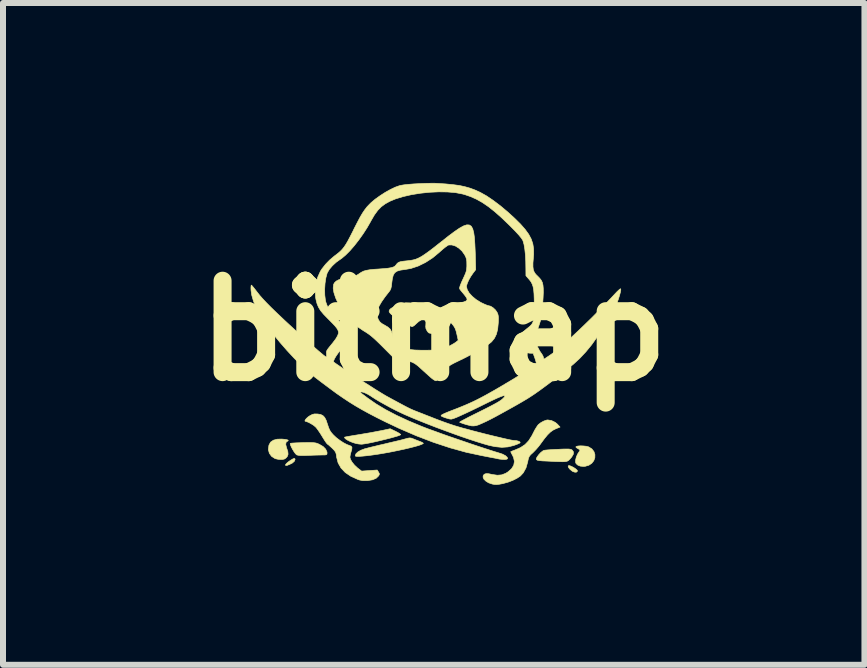
<source format=kicad_pcb>
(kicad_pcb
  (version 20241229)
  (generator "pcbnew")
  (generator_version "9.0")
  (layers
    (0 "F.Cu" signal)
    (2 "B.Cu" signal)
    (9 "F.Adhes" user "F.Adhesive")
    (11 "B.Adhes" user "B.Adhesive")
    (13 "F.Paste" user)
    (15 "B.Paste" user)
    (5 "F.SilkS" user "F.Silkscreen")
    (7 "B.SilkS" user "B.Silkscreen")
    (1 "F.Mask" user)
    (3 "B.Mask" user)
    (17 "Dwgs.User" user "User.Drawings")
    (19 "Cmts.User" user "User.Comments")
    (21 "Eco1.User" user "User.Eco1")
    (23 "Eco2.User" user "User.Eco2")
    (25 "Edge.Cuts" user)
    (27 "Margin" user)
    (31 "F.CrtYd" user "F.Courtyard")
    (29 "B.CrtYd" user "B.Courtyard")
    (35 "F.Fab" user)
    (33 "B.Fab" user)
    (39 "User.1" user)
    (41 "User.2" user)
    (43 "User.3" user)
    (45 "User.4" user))
  (footprint "bitmap"
    (layer "F.Cu")
    (at 4.18 2.464)
    (property "Reference" "bitmap" (at 0 0 0) (layer "F.SilkS") (effects (font (size 1.524 1.524) (thickness 0.3))))
    (attr through_hole)
    (fp_poly (pts (xy -0.346 -0.32) (xy -0.343 -0.305) (xy -0.352 -0.284) (xy -0.371 -0.28) (xy -0.387 -0.292) (xy -0.389 -0.313) (xy -0.372 -0.328) (xy -0.361 -0.33) (xy -0.346 -0.32)) (stroke (width 0.01) (type solid)) (fill yes) (layer "F.SilkS"))
    (fp_poly (pts (xy -2.311 2.145) (xy -2.324 2.176) (xy -2.36 2.207) (xy -2.404 2.228) (xy -2.444 2.244) (xy -2.466 2.246) (xy -2.471 2.237) (xy -2.468 2.228) (xy -2.453 2.21) (xy -2.424 2.185) (xy -2.388 2.16) (xy -2.352 2.138) (xy -2.334 2.13) (xy -2.316 2.13) (xy -2.311 2.145)) (stroke (width 0.01) (type solid)) (fill yes) (layer "F.SilkS"))
    (fp_poly (pts (xy 2.267 2.249) (xy 2.298 2.261) (xy 2.334 2.28) (xy 2.367 2.302) (xy 2.39 2.323) (xy 2.397 2.337) (xy 2.383 2.355) (xy 2.356 2.358) (xy 2.321 2.347) (xy 2.308 2.339) (xy 2.272 2.31) (xy 2.249 2.282) (xy 2.241 2.259) (xy 2.247 2.248) (xy 2.267 2.249)) (stroke (width 0.01) (type solid)) (fill yes) (layer "F.SilkS"))
    (fp_poly (pts (xy -2.48 1.81) (xy -2.443 1.817) (xy -2.425 1.825) (xy -2.428 1.834) (xy -2.435 1.838) (xy -2.461 1.858) (xy -2.467 1.895) (xy -2.454 1.947) (xy -2.451 1.956) (xy -2.432 2.014) (xy -2.428 2.058) (xy -2.439 2.092) (xy -2.457 2.115) (xy -2.484 2.136) (xy -2.518 2.145) (xy -2.549 2.146) (xy -2.595 2.142) (xy -2.637 2.133) (xy -2.649 2.128) (xy -2.703 2.093) (xy -2.74 2.042) (xy -2.756 1.983) (xy -2.756 1.973) (xy -2.747 1.907) (xy -2.72 1.857) (xy -2.673 1.824) (xy -2.608 1.807) (xy -2.533 1.805) (xy -2.48 1.81)) (stroke (width 0.01) (type solid)) (fill yes) (layer "F.SilkS"))
    (fp_poly (pts (xy 2.497 1.92) (xy 2.544 1.925) (xy 2.581 1.935) (xy 2.582 1.935) (xy 2.636 1.969) (xy 2.671 2.014) (xy 2.687 2.064) (xy 2.686 2.116) (xy 2.668 2.166) (xy 2.634 2.209) (xy 2.586 2.241) (xy 2.525 2.259) (xy 2.495 2.261) (xy 2.443 2.256) (xy 2.405 2.241) (xy 2.394 2.233) (xy 2.372 2.212) (xy 2.364 2.19) (xy 2.365 2.154) (xy 2.366 2.15) (xy 2.377 2.104) (xy 2.398 2.056) (xy 2.405 2.045) (xy 2.425 2.014) (xy 2.437 1.993) (xy 2.438 1.988) (xy 2.428 1.979) (xy 2.404 1.964) (xy 2.398 1.961) (xy 2.374 1.946) (xy 2.37 1.935) (xy 2.376 1.929) (xy 2.404 1.921) (xy 2.447 1.918) (xy 2.497 1.92)) (stroke (width 0.01) (type solid)) (fill yes) (layer "F.SilkS"))
    (fp_poly (pts (xy -2.004 1.865) (xy -1.973 1.869) (xy -1.948 1.875) (xy -1.923 1.885) (xy -1.904 1.894) (xy -1.843 1.93) (xy -1.801 1.973) (xy -1.78 2.019) (xy -1.778 2.037) (xy -1.78 2.056) (xy -1.789 2.066) (xy -1.813 2.07) (xy -1.846 2.07) (xy -1.885 2.071) (xy -1.942 2.072) (xy -2.009 2.074) (xy -2.08 2.077) (xy -2.084 2.077) (xy -2.161 2.08) (xy -2.217 2.08) (xy -2.255 2.076) (xy -2.28 2.07) (xy -2.285 2.068) (xy -2.304 2.05) (xy -2.327 2.019) (xy -2.351 1.98) (xy -2.372 1.94) (xy -2.387 1.905) (xy -2.392 1.882) (xy -2.39 1.877) (xy -2.375 1.874) (xy -2.339 1.871) (xy -2.287 1.868) (xy -2.222 1.866) (xy -2.178 1.864) (xy -2.101 1.863) (xy -2.045 1.863) (xy -2.004 1.865)) (stroke (width 0.01) (type solid)) (fill yes) (layer "F.SilkS"))
    (fp_poly (pts (xy -0.636 1.676) (xy -0.594 1.698) (xy -0.564 1.717) (xy -0.55 1.73) (xy -0.55 1.732) (xy -0.564 1.74) (xy -0.598 1.753) (xy -0.65 1.768) (xy -0.714 1.786) (xy -0.788 1.805) (xy -0.866 1.824) (xy -0.945 1.843) (xy -1.021 1.86) (xy -1.09 1.874) (xy -1.148 1.884) (xy -1.191 1.89) (xy -1.209 1.891) (xy -1.252 1.887) (xy -1.296 1.879) (xy -1.345 1.864) (xy -1.394 1.845) (xy -1.437 1.823) (xy -1.469 1.802) (xy -1.486 1.784) (xy -1.485 1.773) (xy -1.471 1.77) (xy -1.436 1.763) (xy -1.385 1.754) (xy -1.319 1.743) (xy -1.245 1.731) (xy -1.238 1.73) (xy -1.151 1.715) (xy -1.061 1.7) (xy -0.977 1.684) (xy -0.904 1.67) (xy -0.861 1.662) (xy -0.726 1.633) (xy -0.636 1.676)) (stroke (width 0.01) (type solid)) (fill yes) (layer "F.SilkS"))
    (fp_poly (pts (xy 2.246 1.971) (xy 2.273 1.974) (xy 2.291 1.978) (xy 2.304 1.986) (xy 2.31 1.99) (xy 2.33 2.02) (xy 2.327 2.058) (xy 2.3 2.104) (xy 2.274 2.135) (xy 2.258 2.151) (xy 2.245 2.163) (xy 2.23 2.172) (xy 2.21 2.178) (xy 2.183 2.182) (xy 2.144 2.183) (xy 2.09 2.181) (xy 2.019 2.179) (xy 1.927 2.174) (xy 1.886 2.172) (xy 1.812 2.169) (xy 1.761 2.164) (xy 1.729 2.158) (xy 1.713 2.148) (xy 1.71 2.135) (xy 1.717 2.116) (xy 1.72 2.11) (xy 1.746 2.072) (xy 1.781 2.033) (xy 1.817 2.004) (xy 1.835 1.994) (xy 1.856 1.99) (xy 1.897 1.986) (xy 1.954 1.982) (xy 2.022 1.978) (xy 2.071 1.976) (xy 2.149 1.972) (xy 2.206 1.971) (xy 2.246 1.971)) (stroke (width 0.01) (type solid)) (fill yes) (layer "F.SilkS"))
    (fp_poly (pts (xy -0.375 1.789) (xy -0.346 1.8) (xy -0.339 1.802) (xy -0.293 1.821) (xy -0.241 1.841) (xy -0.224 1.847) (xy -0.192 1.861) (xy -0.174 1.874) (xy -0.174 1.879) (xy -0.2 1.893) (xy -0.249 1.911) (xy -0.316 1.93) (xy -0.398 1.951) (xy -0.491 1.973) (xy -0.593 1.995) (xy -0.7 2.017) (xy -0.808 2.037) (xy -0.914 2.055) (xy -1.015 2.07) (xy -1.108 2.082) (xy -1.188 2.09) (xy -1.191 2.09) (xy -1.247 2.094) (xy -1.282 2.094) (xy -1.301 2.091) (xy -1.308 2.084) (xy -1.308 2.08) (xy -1.296 2.05) (xy -1.264 2.02) (xy -1.216 1.992) (xy -1.157 1.97) (xy -1.157 1.969) (xy -1.118 1.959) (xy -1.061 1.944) (xy -0.989 1.927) (xy -0.908 1.907) (xy -0.824 1.888) (xy -0.813 1.885) (xy -0.729 1.865) (xy -0.648 1.846) (xy -0.576 1.829) (xy -0.517 1.814) (xy -0.477 1.803) (xy -0.473 1.802) (xy -0.429 1.79) (xy -0.399 1.786) (xy -0.375 1.789)) (stroke (width 0.01) (type solid)) (fill yes) (layer "F.SilkS"))
    (fp_poly (pts (xy 1.965 1.497) (xy 2.026 1.527) (xy 2.064 1.559) (xy 2.106 1.605) (xy 2.034 1.634) (xy 1.988 1.657) (xy 1.944 1.689) (xy 1.898 1.734) (xy 1.848 1.794) (xy 1.789 1.874) (xy 1.787 1.878) (xy 1.747 1.93) (xy 1.702 1.982) (xy 1.661 2.024) (xy 1.651 2.034) (xy 1.616 2.065) (xy 1.595 2.091) (xy 1.581 2.12) (xy 1.571 2.162) (xy 1.567 2.184) (xy 1.538 2.286) (xy 1.493 2.368) (xy 1.445 2.42) (xy 1.39 2.457) (xy 1.319 2.493) (xy 1.238 2.524) (xy 1.157 2.546) (xy 1.155 2.547) (xy 1.095 2.558) (xy 1.052 2.563) (xy 1.015 2.562) (xy 0.976 2.555) (xy 0.97 2.553) (xy 0.914 2.534) (xy 0.868 2.505) (xy 0.836 2.473) (xy 0.822 2.439) (xy 0.826 2.411) (xy 0.844 2.391) (xy 0.873 2.381) (xy 0.917 2.383) (xy 0.978 2.396) (xy 1.061 2.408) (xy 1.132 2.402) (xy 1.2 2.376) (xy 1.238 2.352) (xy 1.298 2.299) (xy 1.334 2.241) (xy 1.345 2.178) (xy 1.331 2.113) (xy 1.313 2.075) (xy 1.295 2.042) (xy 1.285 2.02) (xy 1.284 2.015) (xy 1.298 2.009) (xy 1.328 1.997) (xy 1.353 1.988) (xy 1.447 1.947) (xy 1.522 1.897) (xy 1.583 1.833) (xy 1.635 1.751) (xy 1.657 1.708) (xy 1.684 1.655) (xy 1.713 1.607) (xy 1.738 1.571) (xy 1.748 1.56) (xy 1.788 1.53) (xy 1.835 1.505) (xy 1.88 1.489) (xy 1.901 1.486) (xy 1.965 1.497)) (stroke (width 0.01) (type solid)) (fill yes) (layer "F.SilkS"))
    (fp_poly (pts (xy -1.939 1.387) (xy -1.936 1.387) (xy -1.886 1.395) (xy -1.848 1.413) (xy -1.818 1.444) (xy -1.793 1.492) (xy -1.77 1.561) (xy -1.75 1.62) (xy -1.73 1.663) (xy -1.704 1.701) (xy -1.672 1.737) (xy -1.624 1.782) (xy -1.566 1.826) (xy -1.505 1.866) (xy -1.448 1.896) (xy -1.405 1.912) (xy -1.376 1.924) (xy -1.363 1.944) (xy -1.366 1.978) (xy -1.377 2.015) (xy -1.389 2.058) (xy -1.396 2.097) (xy -1.397 2.109) (xy -1.387 2.146) (xy -1.36 2.191) (xy -1.321 2.239) (xy -1.272 2.285) (xy -1.258 2.296) (xy -1.202 2.339) (xy -1.072 2.33) (xy -0.942 2.321) (xy -0.921 2.354) (xy -0.907 2.38) (xy -0.908 2.399) (xy -0.919 2.419) (xy -0.959 2.458) (xy -1.019 2.484) (xy -1.099 2.497) (xy -1.111 2.498) (xy -1.181 2.498) (xy -1.239 2.487) (xy -1.265 2.478) (xy -1.382 2.425) (xy -1.475 2.362) (xy -1.546 2.287) (xy -1.594 2.202) (xy -1.619 2.106) (xy -1.62 2.097) (xy -1.626 2.053) (xy -1.637 2.022) (xy -1.656 1.995) (xy -1.689 1.961) (xy -1.691 1.959) (xy -1.726 1.927) (xy -1.755 1.901) (xy -1.772 1.889) (xy -1.786 1.874) (xy -1.809 1.842) (xy -1.837 1.798) (xy -1.86 1.76) (xy -1.893 1.707) (xy -1.927 1.657) (xy -1.956 1.618) (xy -1.97 1.603) (xy -2.002 1.576) (xy -2.044 1.55) (xy -2.086 1.527) (xy -2.12 1.514) (xy -2.133 1.511) (xy -2.147 1.504) (xy -2.142 1.487) (xy -2.124 1.463) (xy -2.094 1.436) (xy -2.063 1.415) (xy -2.022 1.394) (xy -1.986 1.386) (xy -1.939 1.387)) (stroke (width 0.01) (type solid)) (fill yes) (layer "F.SilkS"))
    (fp_poly (pts (xy 0.593 -1.764) (xy 0.626 -1.743) (xy 0.65 -1.7) (xy 0.667 -1.636) (xy 0.679 -1.55) (xy 0.686 -1.442) (xy 0.692 -1.311) (xy 0.693 -1.281) (xy 0.7 -1.019) (xy 0.653 -0.957) (xy 0.616 -0.903) (xy 0.584 -0.846) (xy 0.56 -0.792) (xy 0.547 -0.75) (xy 0.546 -0.739) (xy 0.558 -0.687) (xy 0.59 -0.631) (xy 0.641 -0.575) (xy 0.706 -0.521) (xy 0.782 -0.474) (xy 0.806 -0.462) (xy 0.851 -0.441) (xy 0.888 -0.426) (xy 0.91 -0.419) (xy 0.912 -0.419) (xy 0.95 -0.409) (xy 0.992 -0.382) (xy 1.03 -0.346) (xy 1.056 -0.308) (xy 1.069 -0.278) (xy 1.076 -0.248) (xy 1.079 -0.212) (xy 1.078 -0.161) (xy 1.076 -0.129) (xy 1.066 -0.026) (xy 1.045 0.057) (xy 1.012 0.125) (xy 0.966 0.182) (xy 0.962 0.186) (xy 0.924 0.217) (xy 0.866 0.257) (xy 0.792 0.302) (xy 0.704 0.353) (xy 0.607 0.405) (xy 0.503 0.459) (xy 0.414 0.502) (xy 0.342 0.537) (xy 0.288 0.566) (xy 0.247 0.593) (xy 0.212 0.623) (xy 0.179 0.66) (xy 0.143 0.709) (xy 0.121 0.74) (xy 0.09 0.781) (xy 0.062 0.814) (xy 0.042 0.832) (xy 0.037 0.834) (xy 0.019 0.828) (xy -0.011 0.809) (xy -0.043 0.784) (xy -0.08 0.751) (xy -0.128 0.708) (xy -0.179 0.662) (xy -0.205 0.638) (xy -0.265 0.584) (xy -0.315 0.547) (xy -0.362 0.523) (xy -0.411 0.51) (xy -0.47 0.504) (xy -0.508 0.504) (xy -0.616 0.503) (xy -0.826 0.292) (xy -0.897 0.221) (xy -0.955 0.165) (xy -1.003 0.121) (xy -1.045 0.085) (xy -1.086 0.054) (xy -1.129 0.025) (xy -1.175 -0.003) (xy -1.299 -0.087) (xy -1.403 -0.178) (xy -1.49 -0.282) (xy -1.499 -0.297) (xy -0.946 -0.297) (xy -0.942 -0.246) (xy -0.927 -0.197) (xy -0.921 -0.184) (xy -0.898 -0.149) (xy -0.866 -0.121) (xy -0.82 -0.095) (xy -0.764 -0.062) (xy -0.726 -0.028) (xy -0.702 0.016) (xy -0.687 0.077) (xy -0.683 0.096) (xy -0.671 0.156) (xy -0.654 0.197) (xy -0.627 0.227) (xy -0.587 0.252) (xy -0.582 0.255) (xy -0.525 0.281) (xy -0.464 0.3) (xy -0.394 0.313) (xy -0.313 0.321) (xy -0.214 0.324) (xy -0.112 0.324) (xy 0.126 0.32) (xy 0.231 0.269) (xy 0.283 0.242) (xy 0.33 0.216) (xy 0.364 0.194) (xy 0.372 0.188) (xy 0.408 0.159) (xy 0.387 0.063) (xy 0.372 0.002) (xy 0.355 -0.043) (xy 0.332 -0.082) (xy 0.297 -0.125) (xy 0.283 -0.141) (xy 0.241 -0.178) (xy 0.206 -0.191) (xy 0.178 -0.18) (xy 0.158 -0.146) (xy 0.147 -0.089) (xy 0.145 -0.057) (xy 0.144 -0.014) (xy 0.143 0.02) (xy 0.142 0.034) (xy 0.13 0.042) (xy 0.097 0.046) (xy 0.04 0.047) (xy 0.029 0.047) (xy -0.024 0.045) (xy -0.058 0.042) (xy -0.08 0.036) (xy -0.094 0.024) (xy -0.109 0.004) (xy -0.111 0.001) (xy -0.13 -0.037) (xy -0.134 -0.076) (xy -0.132 -0.089) (xy -0.13 -0.142) (xy -0.143 -0.175) (xy -0.17 -0.189) (xy -0.206 -0.183) (xy -0.25 -0.155) (xy -0.283 -0.126) (xy -0.324 -0.088) (xy -0.353 -0.07) (xy -0.367 -0.07) (xy -0.398 -0.084) (xy -0.445 -0.109) (xy -0.501 -0.14) (xy -0.559 -0.174) (xy -0.614 -0.208) (xy -0.659 -0.237) (xy -0.68 -0.252) (xy -0.697 -0.267) (xy -0.495 -0.267) (xy -0.485 -0.226) (xy -0.457 -0.195) (xy -0.42 -0.179) (xy -0.379 -0.179) (xy -0.342 -0.197) (xy -0.336 -0.203) (xy -0.315 -0.243) (xy -0.314 -0.284) (xy -0.332 -0.321) (xy -0.364 -0.347) (xy -0.402 -0.356) (xy -0.448 -0.345) (xy -0.481 -0.316) (xy -0.495 -0.274) (xy -0.495 -0.267) (xy -0.697 -0.267) (xy -0.722 -0.287) (xy -0.743 -0.317) (xy -0.741 -0.343) (xy -0.717 -0.369) (xy -0.669 -0.399) (xy -0.647 -0.41) (xy -0.555 -0.448) (xy -0.47 -0.467) (xy -0.394 -0.465) (xy -0.364 -0.458) (xy -0.336 -0.443) (xy -0.296 -0.415) (xy -0.249 -0.378) (xy -0.213 -0.347) (xy -0.14 -0.284) (xy -0.076 -0.236) (xy -0.021 -0.203) (xy 0.02 -0.187) (xy 0.04 -0.187) (xy 0.059 -0.198) (xy 0.091 -0.223) (xy 0.132 -0.258) (xy 0.169 -0.293) (xy 0.228 -0.348) (xy 0.273 -0.388) (xy 0.308 -0.416) (xy 0.339 -0.436) (xy 0.369 -0.448) (xy 0.403 -0.458) (xy 0.434 -0.465) (xy 0.498 -0.48) (xy 0.538 -0.496) (xy 0.556 -0.515) (xy 0.552 -0.541) (xy 0.529 -0.577) (xy 0.501 -0.612) (xy 0.47 -0.649) (xy 0.445 -0.68) (xy 0.432 -0.699) (xy 0.431 -0.719) (xy 0.442 -0.756) (xy 0.465 -0.813) (xy 0.486 -0.858) (xy 0.514 -0.919) (xy 0.533 -0.964) (xy 0.544 -1) (xy 0.549 -1.034) (xy 0.552 -1.074) (xy 0.552 -1.099) (xy 0.551 -1.154) (xy 0.546 -1.193) (xy 0.535 -1.228) (xy 0.516 -1.266) (xy 0.514 -1.269) (xy 0.472 -1.328) (xy 0.419 -1.377) (xy 0.361 -1.413) (xy 0.302 -1.431) (xy 0.248 -1.43) (xy 0.227 -1.418) (xy 0.192 -1.393) (xy 0.148 -1.357) (xy 0.099 -1.314) (xy 0.093 -1.308) (xy -0.018 -1.216) (xy -0.137 -1.139) (xy -0.259 -1.079) (xy -0.38 -1.039) (xy -0.476 -1.022) (xy -0.554 -1.011) (xy -0.611 -0.994) (xy -0.65 -0.967) (xy -0.675 -0.925) (xy -0.69 -0.866) (xy -0.698 -0.806) (xy -0.705 -0.744) (xy -0.715 -0.701) (xy -0.729 -0.672) (xy -0.735 -0.663) (xy -0.811 -0.566) (xy -0.869 -0.483) (xy -0.91 -0.413) (xy -0.935 -0.351) (xy -0.946 -0.297) (xy -1.499 -0.297) (xy -1.566 -0.403) (xy -1.588 -0.444) (xy -1.635 -0.548) (xy -1.664 -0.637) (xy -1.676 -0.711) (xy -1.67 -0.769) (xy -1.657 -0.797) (xy -1.626 -0.828) (xy -1.58 -0.852) (xy -1.516 -0.869) (xy -1.471 -0.877) (xy -1.394 -0.89) (xy -1.336 -0.904) (xy -1.291 -0.922) (xy -1.253 -0.944) (xy -1.248 -0.948) (xy -1.209 -0.974) (xy -1.17 -0.994) (xy -1.125 -1.007) (xy -1.068 -1.017) (xy -0.996 -1.025) (xy -0.927 -1.029) (xy -0.834 -1.036) (xy -0.762 -1.043) (xy -0.708 -1.052) (xy -0.67 -1.064) (xy -0.644 -1.08) (xy -0.627 -1.1) (xy -0.608 -1.124) (xy -0.585 -1.141) (xy -0.553 -1.152) (xy -0.505 -1.16) (xy -0.438 -1.167) (xy -0.438 -1.167) (xy -0.388 -1.173) (xy -0.343 -1.181) (xy -0.299 -1.193) (xy -0.254 -1.212) (xy -0.205 -1.238) (xy -0.15 -1.274) (xy -0.085 -1.32) (xy -0.007 -1.379) (xy 0.085 -1.452) (xy 0.135 -1.491) (xy 0.25 -1.582) (xy 0.348 -1.655) (xy 0.43 -1.711) (xy 0.497 -1.748) (xy 0.551 -1.766) (xy 0.593 -1.764)) (stroke (width 0.01) (type solid)) (fill yes) (layer "F.SilkS"))
    (fp_poly (pts (xy 0.022 -2.459) (xy 0.057 -2.457) (xy 0.2 -2.448) (xy 0.322 -2.436) (xy 0.427 -2.422) (xy 0.519 -2.402) (xy 0.604 -2.378) (xy 0.685 -2.348) (xy 0.767 -2.311) (xy 0.781 -2.304) (xy 0.881 -2.248) (xy 0.992 -2.173) (xy 1.111 -2.083) (xy 1.235 -1.979) (xy 1.349 -1.875) (xy 1.447 -1.778) (xy 1.524 -1.69) (xy 1.583 -1.609) (xy 1.625 -1.53) (xy 1.652 -1.45) (xy 1.665 -1.366) (xy 1.666 -1.274) (xy 1.661 -1.214) (xy 1.654 -1.131) (xy 1.654 -1.068) (xy 1.66 -1.019) (xy 1.675 -0.98) (xy 1.699 -0.944) (xy 1.735 -0.908) (xy 1.767 -0.875) (xy 1.792 -0.843) (xy 1.81 -0.807) (xy 1.821 -0.763) (xy 1.826 -0.708) (xy 1.827 -0.638) (xy 1.823 -0.55) (xy 1.818 -0.47) (xy 1.811 -0.383) (xy 1.806 -0.314) (xy 1.799 -0.26) (xy 1.791 -0.213) (xy 1.78 -0.169) (xy 1.765 -0.122) (xy 1.746 -0.065) (xy 1.734 -0.032) (xy 1.712 0.032) (xy 1.699 0.08) (xy 1.693 0.118) (xy 1.694 0.153) (xy 1.694 0.157) (xy 1.707 0.209) (xy 1.733 0.272) (xy 1.767 0.337) (xy 1.805 0.392) (xy 1.822 0.422) (xy 1.829 0.446) (xy 1.834 0.466) (xy 1.84 0.47) (xy 1.854 0.463) (xy 1.884 0.443) (xy 1.926 0.415) (xy 1.977 0.379) (xy 1.99 0.37) (xy 2.05 0.323) (xy 2.125 0.26) (xy 2.212 0.184) (xy 2.308 0.096) (xy 2.412 -0.001) (xy 2.52 -0.105) (xy 2.631 -0.213) (xy 2.74 -0.323) (xy 2.847 -0.432) (xy 2.949 -0.538) (xy 3.019 -0.613) (xy 3.056 -0.652) (xy 3.088 -0.682) (xy 3.109 -0.699) (xy 3.117 -0.7) (xy 3.118 -0.679) (xy 3.111 -0.64) (xy 3.097 -0.588) (xy 3.078 -0.527) (xy 3.055 -0.463) (xy 3.029 -0.401) (xy 3.02 -0.38) (xy 2.987 -0.316) (xy 2.947 -0.243) (xy 2.904 -0.172) (xy 2.882 -0.137) (xy 2.839 -0.073) (xy 2.79 0.002) (xy 2.742 0.076) (xy 2.715 0.117) (xy 2.632 0.234) (xy 2.535 0.352) (xy 2.431 0.463) (xy 2.327 0.558) (xy 2.323 0.561) (xy 2.215 0.65) (xy 2.101 0.74) (xy 1.987 0.829) (xy 1.876 0.912) (xy 1.773 0.988) (xy 1.681 1.053) (xy 1.619 1.094) (xy 1.563 1.13) (xy 1.489 1.174) (xy 1.403 1.224) (xy 1.309 1.277) (xy 1.212 1.331) (xy 1.116 1.384) (xy 1.028 1.432) (xy 0.95 1.473) (xy 0.888 1.504) (xy 0.876 1.51) (xy 0.804 1.543) (xy 0.749 1.567) (xy 0.705 1.581) (xy 0.668 1.586) (xy 0.631 1.585) (xy 0.59 1.576) (xy 0.543 1.564) (xy 0.495 1.549) (xy 0.456 1.535) (xy 0.435 1.526) (xy 0.432 1.523) (xy 0.443 1.515) (xy 0.474 1.497) (xy 0.522 1.472) (xy 0.584 1.439) (xy 0.658 1.402) (xy 0.741 1.361) (xy 0.765 1.349) (xy 0.877 1.293) (xy 0.966 1.247) (xy 1.037 1.209) (xy 1.09 1.178) (xy 1.127 1.153) (xy 1.148 1.135) (xy 1.176 1.107) (xy 1.186 1.092) (xy 1.183 1.085) (xy 1.169 1.082) (xy 1.149 1.086) (xy 1.108 1.101) (xy 1.051 1.125) (xy 0.98 1.158) (xy 0.897 1.198) (xy 0.885 1.204) (xy 0.743 1.274) (xy 0.623 1.332) (xy 0.523 1.379) (xy 0.442 1.416) (xy 0.379 1.444) (xy 0.332 1.462) (xy 0.301 1.471) (xy 0.289 1.473) (xy 0.258 1.469) (xy 0.216 1.457) (xy 0.182 1.446) (xy 0.143 1.431) (xy 0.125 1.42) (xy 0.123 1.411) (xy 0.134 1.402) (xy 0.155 1.39) (xy 0.194 1.372) (xy 0.245 1.351) (xy 0.291 1.333) (xy 0.392 1.294) (xy 0.474 1.261) (xy 0.543 1.232) (xy 0.604 1.205) (xy 0.663 1.178) (xy 0.724 1.148) (xy 0.794 1.112) (xy 0.861 1.076) (xy 0.938 1.033) (xy 1.023 0.985) (xy 1.114 0.932) (xy 1.206 0.877) (xy 1.299 0.822) (xy 1.388 0.767) (xy 1.472 0.715) (xy 1.547 0.668) (xy 1.611 0.626) (xy 1.661 0.592) (xy 1.695 0.567) (xy 1.71 0.553) (xy 1.71 0.552) (xy 1.709 0.534) (xy 1.7 0.499) (xy 1.686 0.456) (xy 1.657 0.375) (xy 1.604 0.374) (xy 1.557 0.367) (xy 1.522 0.345) (xy 1.494 0.303) (xy 1.479 0.269) (xy 1.459 0.224) (xy 1.435 0.181) (xy 1.427 0.169) (xy 1.408 0.141) (xy 1.398 0.121) (xy 1.397 0.118) (xy 1.406 0.103) (xy 1.43 0.077) (xy 1.465 0.043) (xy 1.505 0.006) (xy 1.547 -0.03) (xy 1.572 -0.05) (xy 1.606 -0.078) (xy 1.632 -0.105) (xy 1.65 -0.136) (xy 1.663 -0.175) (xy 1.671 -0.224) (xy 1.675 -0.29) (xy 1.676 -0.375) (xy 1.676 -0.422) (xy 1.675 -0.529) (xy 1.672 -0.614) (xy 1.666 -0.682) (xy 1.656 -0.736) (xy 1.641 -0.779) (xy 1.622 -0.816) (xy 1.596 -0.85) (xy 1.589 -0.858) (xy 1.537 -0.918) (xy 1.536 -1.04) (xy 1.534 -1.159) (xy 1.528 -1.268) (xy 1.518 -1.363) (xy 1.505 -1.44) (xy 1.489 -1.496) (xy 1.484 -1.509) (xy 1.46 -1.546) (xy 1.417 -1.598) (xy 1.354 -1.666) (xy 1.272 -1.749) (xy 1.258 -1.763) (xy 1.132 -1.884) (xy 1.018 -1.985) (xy 0.912 -2.069) (xy 0.811 -2.138) (xy 0.713 -2.193) (xy 0.614 -2.237) (xy 0.512 -2.272) (xy 0.476 -2.281) (xy 0.362 -2.303) (xy 0.229 -2.314) (xy 0.085 -2.316) (xy -0.067 -2.309) (xy -0.22 -2.293) (xy -0.37 -2.269) (xy -0.51 -2.237) (xy -0.637 -2.198) (xy -0.731 -2.159) (xy -0.809 -2.116) (xy -0.875 -2.067) (xy -0.933 -2.007) (xy -0.988 -1.932) (xy -1.043 -1.838) (xy -1.054 -1.817) (xy -1.112 -1.716) (xy -1.178 -1.614) (xy -1.25 -1.513) (xy -1.324 -1.418) (xy -1.398 -1.333) (xy -1.469 -1.262) (xy -1.534 -1.207) (xy -1.562 -1.188) (xy -1.629 -1.14) (xy -1.69 -1.083) (xy -1.74 -1.024) (xy -1.773 -0.968) (xy -1.777 -0.959) (xy -1.798 -0.882) (xy -1.812 -0.789) (xy -1.818 -0.691) (xy -1.816 -0.595) (xy -1.806 -0.511) (xy -1.798 -0.477) (xy -1.777 -0.42) (xy -1.747 -0.364) (xy -1.704 -0.305) (xy -1.647 -0.238) (xy -1.572 -0.162) (xy -1.563 -0.152) (xy -1.513 -0.102) (xy -1.468 -0.054) (xy -1.432 -0.013) (xy -1.409 0.016) (xy -1.404 0.024) (xy -1.392 0.051) (xy -1.389 0.073) (xy -1.395 0.101) (xy -1.404 0.125) (xy -1.427 0.167) (xy -1.464 0.219) (xy -1.511 0.273) (xy -1.554 0.322) (xy -1.594 0.373) (xy -1.628 0.422) (xy -1.654 0.466) (xy -1.668 0.5) (xy -1.669 0.519) (xy -1.668 0.52) (xy -1.647 0.536) (xy -1.607 0.564) (xy -1.552 0.601) (xy -1.485 0.646) (xy -1.407 0.697) (xy -1.324 0.752) (xy -1.236 0.808) (xy -1.149 0.865) (xy -1.063 0.919) (xy -0.984 0.97) (xy -0.913 1.014) (xy -0.853 1.051) (xy -0.808 1.078) (xy -0.794 1.086) (xy -0.679 1.149) (xy -0.584 1.2) (xy -0.506 1.242) (xy -0.441 1.276) (xy -0.388 1.302) (xy -0.343 1.322) (xy -0.304 1.338) (xy -0.296 1.341) (xy -0.253 1.358) (xy -0.193 1.381) (xy -0.123 1.409) (xy -0.05 1.437) (xy -0.025 1.447) (xy 0.059 1.48) (xy 0.155 1.516) (xy 0.251 1.55) (xy 0.336 1.578) (xy 0.341 1.58) (xy 0.401 1.598) (xy 0.476 1.62) (xy 0.563 1.643) (xy 0.658 1.669) (xy 0.759 1.695) (xy 0.861 1.721) (xy 0.962 1.746) (xy 1.058 1.769) (xy 1.146 1.79) (xy 1.221 1.807) (xy 1.282 1.82) (xy 1.323 1.827) (xy 1.34 1.829) (xy 1.381 1.832) (xy 1.415 1.841) (xy 1.437 1.853) (xy 1.441 1.866) (xy 1.439 1.868) (xy 1.421 1.878) (xy 1.387 1.893) (xy 1.342 1.909) (xy 1.334 1.912) (xy 1.237 1.936) (xy 1.136 1.943) (xy 1.026 1.932) (xy 0.929 1.912) (xy 0.84 1.887) (xy 0.733 1.854) (xy 0.61 1.814) (xy 0.474 1.768) (xy 0.331 1.717) (xy 0.184 1.663) (xy 0.036 1.608) (xy -0.108 1.552) (xy -0.246 1.497) (xy -0.372 1.445) (xy -0.483 1.397) (xy -0.552 1.365) (xy -0.631 1.327) (xy -0.718 1.282) (xy -0.806 1.234) (xy -0.892 1.186) (xy -0.968 1.141) (xy -1.029 1.102) (xy -1.051 1.087) (xy -1.095 1.06) (xy -1.14 1.038) (xy -1.18 1.023) (xy -1.208 1.019) (xy -1.217 1.022) (xy -1.216 1.035) (xy -1.212 1.039) (xy -1.197 1.05) (xy -1.167 1.072) (xy -1.127 1.102) (xy -1.105 1.119) (xy -0.961 1.219) (xy -0.801 1.315) (xy -0.623 1.408) (xy -0.425 1.5) (xy -0.205 1.592) (xy -0.102 1.632) (xy -0.027 1.659) (xy 0.064 1.692) (xy 0.166 1.729) (xy 0.277 1.768) (xy 0.394 1.808) (xy 0.512 1.848) (xy 0.628 1.888) (xy 0.739 1.925) (xy 0.842 1.959) (xy 0.932 1.988) (xy 1.007 2.012) (xy 1.063 2.029) (xy 1.079 2.034) (xy 1.146 2.056) (xy 1.196 2.082) (xy 1.225 2.109) (xy 1.232 2.129) (xy 1.22 2.14) (xy 1.19 2.145) (xy 1.147 2.144) (xy 1.097 2.139) (xy 1.06 2.132) (xy 1.031 2.125) (xy 0.982 2.116) (xy 0.918 2.104) (xy 0.847 2.09) (xy 0.8 2.081) (xy 0.543 2.026) (xy 0.273 1.951) (xy -0.006 1.859) (xy -0.291 1.75) (xy -0.578 1.626) (xy -0.806 1.518) (xy -0.948 1.447) (xy -1.075 1.381) (xy -1.19 1.318) (xy -1.299 1.255) (xy -1.404 1.19) (xy -1.51 1.12) (xy -1.62 1.044) (xy -1.738 0.957) (xy -1.869 0.859) (xy -1.991 0.766) (xy -2.097 0.679) (xy -2.21 0.574) (xy -2.328 0.455) (xy -2.446 0.328) (xy -2.561 0.196) (xy -2.669 0.064) (xy -2.766 -0.065) (xy -2.849 -0.186) (xy -2.898 -0.266) (xy -2.959 -0.383) (xy -3.005 -0.494) (xy -3.034 -0.596) (xy -3.045 -0.67) (xy -3.047 -0.714) (xy -3.045 -0.747) (xy -3.041 -0.761) (xy -3.04 -0.762) (xy -3.029 -0.752) (xy -3.006 -0.725) (xy -2.975 -0.686) (xy -2.941 -0.642) (xy -2.902 -0.592) (xy -2.852 -0.535) (xy -2.789 -0.468) (xy -2.711 -0.389) (xy -2.616 -0.297) (xy -2.561 -0.245) (xy -2.486 -0.174) (xy -2.404 -0.098) (xy -2.319 -0.02) (xy -2.234 0.058) (xy -2.149 0.134) (xy -2.069 0.206) (xy -1.995 0.271) (xy -1.929 0.329) (xy -1.874 0.375) (xy -1.832 0.41) (xy -1.806 0.429) (xy -1.802 0.432) (xy -1.789 0.436) (xy -1.785 0.426) (xy -1.787 0.396) (xy -1.787 0.39) (xy -1.789 0.356) (xy -1.782 0.33) (xy -1.763 0.301) (xy -1.746 0.279) (xy -1.681 0.199) (xy -1.633 0.135) (xy -1.603 0.084) (xy -1.589 0.046) (xy -1.587 0.033) (xy -1.59 0.009) (xy -1.599 -0.015) (xy -1.616 -0.043) (xy -1.644 -0.078) (xy -1.686 -0.123) (xy -1.743 -0.181) (xy -1.769 -0.207) (xy -1.836 -0.276) (xy -1.886 -0.336) (xy -1.921 -0.393) (xy -1.945 -0.451) (xy -1.962 -0.517) (xy -1.969 -0.555) (xy -1.976 -0.667) (xy -1.964 -0.782) (xy -1.934 -0.893) (xy -1.889 -0.992) (xy -1.864 -1.031) (xy -1.802 -1.11) (xy -1.735 -1.179) (xy -1.656 -1.246) (xy -1.637 -1.26) (xy -1.593 -1.294) (xy -1.556 -1.326) (xy -1.524 -1.359) (xy -1.494 -1.397) (xy -1.463 -1.443) (xy -1.43 -1.5) (xy -1.392 -1.572) (xy -1.346 -1.662) (xy -1.325 -1.706) (xy -1.272 -1.809) (xy -1.227 -1.894) (xy -1.187 -1.962) (xy -1.149 -2.018) (xy -1.112 -2.066) (xy -1.071 -2.109) (xy -1.045 -2.135) (xy -0.976 -2.193) (xy -0.895 -2.251) (xy -0.81 -2.306) (xy -0.724 -2.354) (xy -0.643 -2.393) (xy -0.573 -2.418) (xy -0.55 -2.424) (xy -0.495 -2.433) (xy -0.421 -2.441) (xy -0.334 -2.448) (xy -0.24 -2.453) (xy -0.145 -2.457) (xy -0.056 -2.459) (xy 0.022 -2.459)) (stroke (width 0.01) (type solid)) (fill yes) (layer "F.SilkS")))
  (gr_rect
    (start -3 -3)
    (end 11.36 8.032)
    (stroke (width 0.1) (type default))
    (fill no)
    (layer "Edge.Cuts")))
</source>
